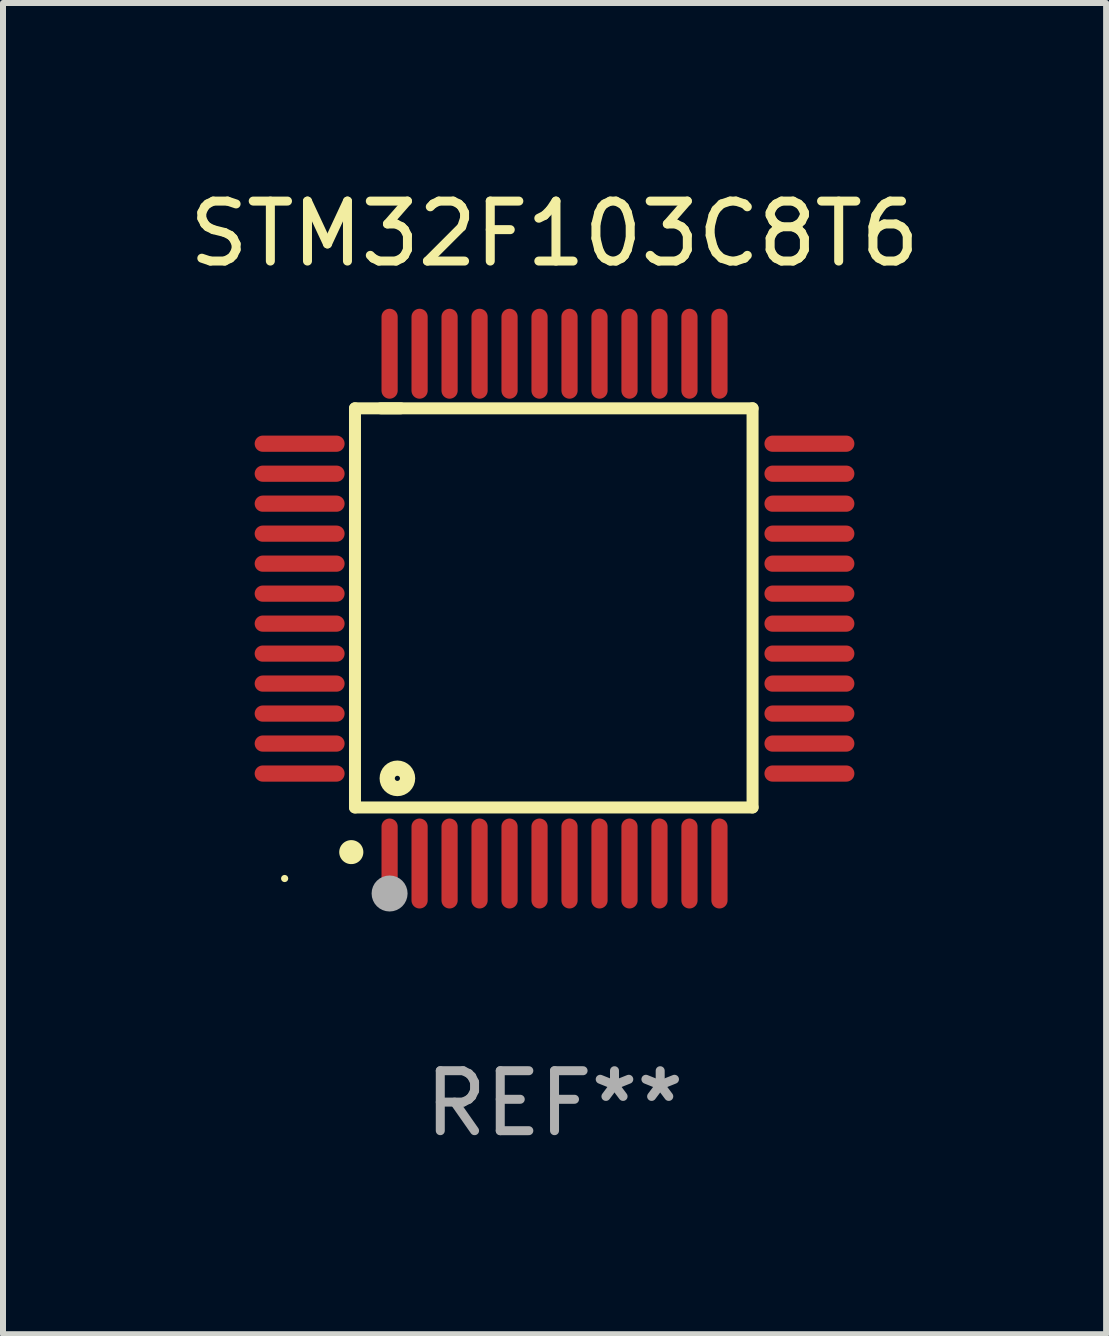
<source format=kicad_pcb>
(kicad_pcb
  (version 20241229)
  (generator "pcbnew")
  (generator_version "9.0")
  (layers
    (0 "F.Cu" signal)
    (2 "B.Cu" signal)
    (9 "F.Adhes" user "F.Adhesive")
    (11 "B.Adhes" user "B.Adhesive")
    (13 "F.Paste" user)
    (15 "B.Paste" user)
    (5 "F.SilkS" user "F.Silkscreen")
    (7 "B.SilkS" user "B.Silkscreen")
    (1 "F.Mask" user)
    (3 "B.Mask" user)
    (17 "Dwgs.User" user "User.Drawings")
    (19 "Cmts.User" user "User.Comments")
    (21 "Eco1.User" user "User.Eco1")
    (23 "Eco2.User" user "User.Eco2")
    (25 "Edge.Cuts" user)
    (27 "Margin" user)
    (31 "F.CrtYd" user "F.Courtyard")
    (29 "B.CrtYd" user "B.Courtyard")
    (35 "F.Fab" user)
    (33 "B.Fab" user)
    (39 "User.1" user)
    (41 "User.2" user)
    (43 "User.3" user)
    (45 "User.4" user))
  (footprint "STM32F103C8T6"
    (layer "F.Cu")
    (at 6.196 7.098)
    (property "Reference" "STM32F103C8T6" (at 0 -6.25 0) (layer "F.SilkS") (effects (font (size 1 1) (thickness 0.15))))
    (attr through_hole)
    (fp_line (start -3.327 -3.34) (end -2.565 -3.34) (stroke (width 0.2) (type solid)) (layer "F.SilkS"))
    (fp_line (start -3.327 3.315) (end -3.327 -3.34) (stroke (width 0.2) (type solid)) (layer "F.SilkS"))
    (fp_line (start -2.896 -3.34) (end 3.302 -3.34) (stroke (width 0.2) (type solid)) (layer "F.SilkS"))
    (fp_line (start 3.302 -3.34) (end 3.302 3.315) (stroke (width 0.2) (type solid)) (layer "F.SilkS"))
    (fp_line (start 3.302 3.315) (end -3.327 3.315) (stroke (width 0.2) (type solid)) (layer "F.SilkS"))
    (fp_arc (start -3.389992 4.059995) (mid -3.388722 4.059991) (end -3.387452 4.059995) (stroke (width 0.4) (type solid)) (layer "F.SilkS"))
    (fp_circle (center -4.5 4.5) (end -4.47 4.5) (stroke (width 0.06) (type solid)) (fill no) (layer "F.SilkS"))
    (fp_circle (center -2.62 2.83) (end -2.45 2.83) (stroke (width 0.254) (type solid)) (fill no) (layer "F.SilkS"))
    (fp_circle (center -2.75 4.75) (end -2.6 4.75) (stroke (width 0.3) (type solid)) (fill no) (layer "F.Fab"))
    (fp_text user "REF**" (at 0 8.25 0) (layer "F.Fab") (effects (font (size 1 1) (thickness 0.15))))
    (pad "1" smd oval (at -2.75 4.25) (size 0.27 1.5) (layers "F.Cu" "F.Mask" "F.Paste"))
    (pad "2" smd oval (at -2.25 4.25) (size 0.27 1.5) (layers "F.Cu" "F.Mask" "F.Paste"))
    (pad "3" smd oval (at -1.75 4.25) (size 0.27 1.5) (layers "F.Cu" "F.Mask" "F.Paste"))
    (pad "4" smd oval (at -1.25 4.25) (size 0.27 1.5) (layers "F.Cu" "F.Mask" "F.Paste"))
    (pad "5" smd oval (at -0.75 4.25) (size 0.27 1.5) (layers "F.Cu" "F.Mask" "F.Paste"))
    (pad "6" smd oval (at -0.25 4.25) (size 0.27 1.5) (layers "F.Cu" "F.Mask" "F.Paste"))
    (pad "7" smd oval (at 0.25 4.25) (size 0.27 1.5) (layers "F.Cu" "F.Mask" "F.Paste"))
    (pad "8" smd oval (at 0.75 4.25) (size 0.27 1.5) (layers "F.Cu" "F.Mask" "F.Paste"))
    (pad "9" smd oval (at 1.25 4.25) (size 0.27 1.5) (layers "F.Cu" "F.Mask" "F.Paste"))
    (pad "10" smd oval (at 1.75 4.25) (size 0.27 1.5) (layers "F.Cu" "F.Mask" "F.Paste"))
    (pad "11" smd oval (at 2.25 4.25) (size 0.27 1.5) (layers "F.Cu" "F.Mask" "F.Paste"))
    (pad "12" smd oval (at 2.75 4.25) (size 0.27 1.5) (layers "F.Cu" "F.Mask" "F.Paste"))
    (pad "13" smd oval (at 4.25 2.75) (size 1.5 0.27) (layers "F.Cu" "F.Mask" "F.Paste"))
    (pad "14" smd oval (at 4.25 2.25) (size 1.5 0.27) (layers "F.Cu" "F.Mask" "F.Paste"))
    (pad "15" smd oval (at 4.25 1.75) (size 1.5 0.27) (layers "F.Cu" "F.Mask" "F.Paste"))
    (pad "16" smd oval (at 4.25 1.25) (size 1.5 0.27) (layers "F.Cu" "F.Mask" "F.Paste"))
    (pad "17" smd oval (at 4.25 0.75) (size 1.5 0.27) (layers "F.Cu" "F.Mask" "F.Paste"))
    (pad "18" smd oval (at 4.25 0.25) (size 1.5 0.27) (layers "F.Cu" "F.Mask" "F.Paste"))
    (pad "19" smd oval (at 4.25 -0.25) (size 1.5 0.27) (layers "F.Cu" "F.Mask" "F.Paste"))
    (pad "20" smd oval (at 4.25 -0.75) (size 1.5 0.27) (layers "F.Cu" "F.Mask" "F.Paste"))
    (pad "21" smd oval (at 4.25 -1.25) (size 1.5 0.27) (layers "F.Cu" "F.Mask" "F.Paste"))
    (pad "22" smd oval (at 4.25 -1.75) (size 1.5 0.27) (layers "F.Cu" "F.Mask" "F.Paste"))
    (pad "23" smd oval (at 4.25 -2.25) (size 1.5 0.27) (layers "F.Cu" "F.Mask" "F.Paste"))
    (pad "24" smd oval (at 4.25 -2.75) (size 1.5 0.27) (layers "F.Cu" "F.Mask" "F.Paste"))
    (pad "25" smd oval (at 2.75 -4.25) (size 0.27 1.5) (layers "F.Cu" "F.Mask" "F.Paste"))
    (pad "26" smd oval (at 2.25 -4.25) (size 0.27 1.5) (layers "F.Cu" "F.Mask" "F.Paste"))
    (pad "27" smd oval (at 1.75 -4.25) (size 0.27 1.5) (layers "F.Cu" "F.Mask" "F.Paste"))
    (pad "28" smd oval (at 1.25 -4.25) (size 0.27 1.5) (layers "F.Cu" "F.Mask" "F.Paste"))
    (pad "29" smd oval (at 0.75 -4.25) (size 0.27 1.5) (layers "F.Cu" "F.Mask" "F.Paste"))
    (pad "30" smd oval (at 0.25 -4.25) (size 0.27 1.5) (layers "F.Cu" "F.Mask" "F.Paste"))
    (pad "31" smd oval (at -0.25 -4.25) (size 0.27 1.5) (layers "F.Cu" "F.Mask" "F.Paste"))
    (pad "32" smd oval (at -0.75 -4.25) (size 0.27 1.5) (layers "F.Cu" "F.Mask" "F.Paste"))
    (pad "33" smd oval (at -1.25 -4.25) (size 0.27 1.5) (layers "F.Cu" "F.Mask" "F.Paste"))
    (pad "34" smd oval (at -1.75 -4.25) (size 0.27 1.5) (layers "F.Cu" "F.Mask" "F.Paste"))
    (pad "35" smd oval (at -2.25 -4.25) (size 0.27 1.5) (layers "F.Cu" "F.Mask" "F.Paste"))
    (pad "36" smd oval (at -2.75 -4.25) (size 0.27 1.5) (layers "F.Cu" "F.Mask" "F.Paste"))
    (pad "37" smd oval (at -4.25 -2.75) (size 1.5 0.27) (layers "F.Cu" "F.Mask" "F.Paste"))
    (pad "38" smd oval (at -4.25 -2.25) (size 1.5 0.27) (layers "F.Cu" "F.Mask" "F.Paste"))
    (pad "39" smd oval (at -4.25 -1.75) (size 1.5 0.27) (layers "F.Cu" "F.Mask" "F.Paste"))
    (pad "40" smd oval (at -4.25 -1.25) (size 1.5 0.27) (layers "F.Cu" "F.Mask" "F.Paste"))
    (pad "41" smd oval (at -4.25 -0.75) (size 1.5 0.27) (layers "F.Cu" "F.Mask" "F.Paste"))
    (pad "42" smd oval (at -4.25 -0.25) (size 1.5 0.27) (layers "F.Cu" "F.Mask" "F.Paste"))
    (pad "43" smd oval (at -4.25 0.25) (size 1.5 0.27) (layers "F.Cu" "F.Mask" "F.Paste"))
    (pad "44" smd oval (at -4.25 0.75) (size 1.5 0.27) (layers "F.Cu" "F.Mask" "F.Paste"))
    (pad "45" smd oval (at -4.25 1.25) (size 1.5 0.27) (layers "F.Cu" "F.Mask" "F.Paste"))
    (pad "46" smd oval (at -4.25 1.75) (size 1.5 0.27) (layers "F.Cu" "F.Mask" "F.Paste"))
    (pad "47" smd oval (at -4.25 2.25) (size 1.5 0.27) (layers "F.Cu" "F.Mask" "F.Paste"))
    (pad "48" smd oval (at -4.25 2.75) (size 1.5 0.27) (layers "F.Cu" "F.Mask" "F.Paste")))
  (gr_rect
    (start -3 -3)
    (end 15.393 19.196)
    (stroke (width 0.1) (type default))
    (fill no)
    (layer "Edge.Cuts")))
</source>
